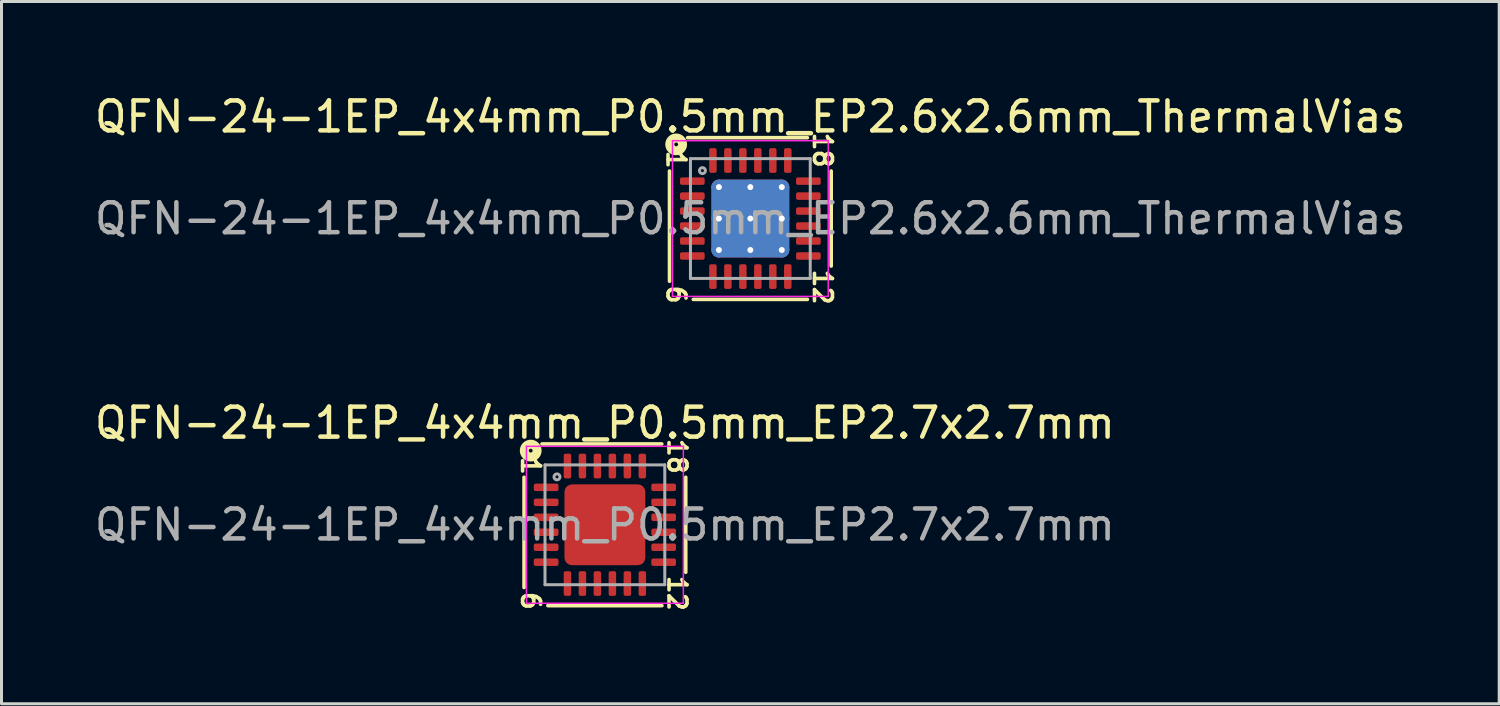
<source format=kicad_pcb>
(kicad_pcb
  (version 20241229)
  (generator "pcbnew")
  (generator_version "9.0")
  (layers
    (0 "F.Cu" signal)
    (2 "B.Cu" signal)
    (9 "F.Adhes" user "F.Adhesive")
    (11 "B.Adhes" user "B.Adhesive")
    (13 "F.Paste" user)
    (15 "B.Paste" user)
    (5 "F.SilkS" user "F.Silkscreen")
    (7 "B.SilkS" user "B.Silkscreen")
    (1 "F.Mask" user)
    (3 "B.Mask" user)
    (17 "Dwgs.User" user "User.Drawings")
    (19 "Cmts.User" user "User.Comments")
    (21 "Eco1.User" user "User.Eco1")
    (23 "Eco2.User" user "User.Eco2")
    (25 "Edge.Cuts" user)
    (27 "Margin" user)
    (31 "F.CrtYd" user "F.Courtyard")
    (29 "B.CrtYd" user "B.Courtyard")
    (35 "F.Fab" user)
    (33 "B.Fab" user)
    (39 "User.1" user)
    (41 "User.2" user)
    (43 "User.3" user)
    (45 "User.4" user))
  (footprint "QFN-24-1EP_4x4mm_P0.5mm_EP2.7x2.7mm"
    (layer "F.Cu")
    (at 17.149 14.474)
    (property "Reference" "QFN-24-1EP_4x4mm_P0.5mm_EP2.7x2.7mm" (at 0 -3.4 0) (layer "F.SilkS") (effects (font (size 1 1) (thickness 0.15))))
    (attr smd)
    (fp_line (start -2.7 -1.587) (end -2.7 2.095) (stroke (width 0.12) (type solid)) (layer "F.SilkS"))
    (fp_line (start -1.905 2.7) (end 1.905 2.7) (stroke (width 0.12) (type solid)) (layer "F.SilkS"))
    (fp_line (start 1.9 -2.7) (end -2.1 -2.7) (stroke (width 0.12) (type solid)) (layer "F.SilkS"))
    (fp_line (start 2.7 1.587) (end 2.7 -1.587) (stroke (width 0.12) (type solid)) (layer "F.SilkS"))
    (fp_circle (center -2.477 -2.477) (end -2.413 -2.477) (stroke (width 0.3) (type solid)) (fill no) (layer "F.SilkS"))
    (fp_line (start -2.62 -2.62) (end -2.62 2.62) (stroke (width 0.05) (type solid)) (layer "F.CrtYd"))
    (fp_line (start -2.62 2.62) (end 2.62 2.62) (stroke (width 0.05) (type solid)) (layer "F.CrtYd"))
    (fp_line (start 2.62 -2.62) (end -2.62 -2.62) (stroke (width 0.05) (type solid)) (layer "F.CrtYd"))
    (fp_line (start 2.62 2.62) (end 2.62 -2.62) (stroke (width 0.05) (type solid)) (layer "F.CrtYd"))
    (fp_line (start -2 -2) (end 2 -2) (stroke (width 0.1) (type solid)) (layer "F.Fab"))
    (fp_line (start -2 2) (end -2 -2) (stroke (width 0.1) (type solid)) (layer "F.Fab"))
    (fp_line (start 2 -2) (end 2 2) (stroke (width 0.1) (type solid)) (layer "F.Fab"))
    (fp_line (start 2 2) (end -2 2) (stroke (width 0.1) (type solid)) (layer "F.Fab"))
    (fp_circle (center -1.6 -1.6) (end -1.5 -1.6) (stroke (width 0.1) (type solid)) (fill no) (layer "F.Fab"))
    (fp_text user "18" (at 2.413 -2.286 270) (unlocked yes) (layer "F.SilkS") (effects (font (size 0.6 0.6) (thickness 0.12))))
    (fp_text user "1" (at -2.477 -1.968 270) (unlocked yes) (layer "F.SilkS") (effects (font (size 0.6 0.6) (thickness 0.12))))
    (fp_text user "6" (at -2.477 2.54 270) (unlocked yes) (layer "F.SilkS") (effects (font (size 0.6 0.6) (thickness 0.12))))
    (fp_text user "12" (at 2.413 2.286 270) (unlocked yes) (layer "F.SilkS") (effects (font (size 0.6 0.6) (thickness 0.12))))
    (fp_text user "${REFERENCE}" (at 0 0 0) (layer "F.Fab") (effects (font (size 1 1) (thickness 0.15))))
    (pad "" smd roundrect (at -0.675 -0.675) (size 1.09 1.09) (layers "F.Paste") (roundrect_rratio 0.229))
    (pad "" smd roundrect (at -0.675 0.675) (size 1.09 1.09) (layers "F.Paste") (roundrect_rratio 0.229))
    (pad "" smd roundrect (at 0.675 -0.675) (size 1.09 1.09) (layers "F.Paste") (roundrect_rratio 0.229))
    (pad "" smd roundrect (at 0.675 0.675) (size 1.09 1.09) (layers "F.Paste") (roundrect_rratio 0.229))
    (pad "1" smd roundrect (at -1.962 -1.25) (size 0.825 0.25) (layers "F.Cu" "F.Mask" "F.Paste") (roundrect_rratio 0.25))
    (pad "2" smd roundrect (at -1.962 -0.75) (size 0.825 0.25) (layers "F.Cu" "F.Mask" "F.Paste") (roundrect_rratio 0.25))
    (pad "3" smd roundrect (at -1.962 -0.25) (size 0.825 0.25) (layers "F.Cu" "F.Mask" "F.Paste") (roundrect_rratio 0.25))
    (pad "4" smd roundrect (at -1.962 0.25) (size 0.825 0.25) (layers "F.Cu" "F.Mask" "F.Paste") (roundrect_rratio 0.25))
    (pad "5" smd roundrect (at -1.962 0.75) (size 0.825 0.25) (layers "F.Cu" "F.Mask" "F.Paste") (roundrect_rratio 0.25))
    (pad "6" smd roundrect (at -1.962 1.25) (size 0.825 0.25) (layers "F.Cu" "F.Mask" "F.Paste") (roundrect_rratio 0.25))
    (pad "7" smd roundrect (at -1.25 1.962) (size 0.25 0.825) (layers "F.Cu" "F.Mask" "F.Paste") (roundrect_rratio 0.25))
    (pad "8" smd roundrect (at -0.75 1.962) (size 0.25 0.825) (layers "F.Cu" "F.Mask" "F.Paste") (roundrect_rratio 0.25))
    (pad "9" smd roundrect (at -0.25 1.962) (size 0.25 0.825) (layers "F.Cu" "F.Mask" "F.Paste") (roundrect_rratio 0.25))
    (pad "10" smd roundrect (at 0.25 1.962) (size 0.25 0.825) (layers "F.Cu" "F.Mask" "F.Paste") (roundrect_rratio 0.25))
    (pad "11" smd roundrect (at 0.75 1.962) (size 0.25 0.825) (layers "F.Cu" "F.Mask" "F.Paste") (roundrect_rratio 0.25))
    (pad "12" smd roundrect (at 1.25 1.962) (size 0.25 0.825) (layers "F.Cu" "F.Mask" "F.Paste") (roundrect_rratio 0.25))
    (pad "13" smd roundrect (at 1.962 1.25) (size 0.825 0.25) (layers "F.Cu" "F.Mask" "F.Paste") (roundrect_rratio 0.25))
    (pad "14" smd roundrect (at 1.962 0.75) (size 0.825 0.25) (layers "F.Cu" "F.Mask" "F.Paste") (roundrect_rratio 0.25))
    (pad "15" smd roundrect (at 1.962 0.25) (size 0.825 0.25) (layers "F.Cu" "F.Mask" "F.Paste") (roundrect_rratio 0.25))
    (pad "16" smd roundrect (at 1.962 -0.25) (size 0.825 0.25) (layers "F.Cu" "F.Mask" "F.Paste") (roundrect_rratio 0.25))
    (pad "17" smd roundrect (at 1.962 -0.75) (size 0.825 0.25) (layers "F.Cu" "F.Mask" "F.Paste") (roundrect_rratio 0.25))
    (pad "18" smd roundrect (at 1.962 -1.25) (size 0.825 0.25) (layers "F.Cu" "F.Mask" "F.Paste") (roundrect_rratio 0.25))
    (pad "19" smd roundrect (at 1.25 -1.962) (size 0.25 0.825) (layers "F.Cu" "F.Mask" "F.Paste") (roundrect_rratio 0.25))
    (pad "20" smd roundrect (at 0.75 -1.962) (size 0.25 0.825) (layers "F.Cu" "F.Mask" "F.Paste") (roundrect_rratio 0.25))
    (pad "21" smd roundrect (at 0.25 -1.962) (size 0.25 0.825) (layers "F.Cu" "F.Mask" "F.Paste") (roundrect_rratio 0.25))
    (pad "22" smd roundrect (at -0.25 -1.962) (size 0.25 0.825) (layers "F.Cu" "F.Mask" "F.Paste") (roundrect_rratio 0.25))
    (pad "23" smd roundrect (at -0.75 -1.962) (size 0.25 0.825) (layers "F.Cu" "F.Mask" "F.Paste") (roundrect_rratio 0.25))
    (pad "24" smd roundrect (at -1.25 -1.962) (size 0.25 0.825) (layers "F.Cu" "F.Mask" "F.Paste") (roundrect_rratio 0.25))
    (pad "25" smd roundrect (at 0 0) (size 2.7 2.7) (layers "F.Cu" "F.Mask") (roundrect_rratio 0.093)))
  (footprint "QFN-24-1EP_4x4mm_P0.5mm_EP2.6x2.6mm_ThermalVias"
    (layer "F.Cu")
    (at 22.006 4.248)
    (property "Reference" "QFN-24-1EP_4x4mm_P0.5mm_EP2.6x2.6mm_ThermalVias" (at 0 -3.4 0) (layer "F.SilkS") (effects (font (size 1 1) (thickness 0.15))))
    (attr smd)
    (fp_line (start -2.7 -1.587) (end -2.7 2.095) (stroke (width 0.12) (type solid)) (layer "F.SilkS"))
    (fp_line (start -1.905 2.7) (end 1.905 2.7) (stroke (width 0.12) (type solid)) (layer "F.SilkS"))
    (fp_line (start 1.905 -2.7) (end -2.095 -2.7) (stroke (width 0.12) (type solid)) (layer "F.SilkS"))
    (fp_line (start 2.7 1.587) (end 2.7 -1.587) (stroke (width 0.12) (type solid)) (layer "F.SilkS"))
    (fp_circle (center -2.477 -2.477) (end -2.413 -2.477) (stroke (width 0.3) (type solid)) (fill no) (layer "F.SilkS"))
    (fp_line (start -2.6 -2.6) (end -2.6 2.6) (stroke (width 0.05) (type solid)) (layer "F.CrtYd"))
    (fp_line (start -2.6 2.6) (end 2.6 2.6) (stroke (width 0.05) (type solid)) (layer "F.CrtYd"))
    (fp_line (start 2.6 -2.6) (end -2.6 -2.6) (stroke (width 0.05) (type solid)) (layer "F.CrtYd"))
    (fp_line (start 2.6 2.6) (end 2.6 -2.6) (stroke (width 0.05) (type solid)) (layer "F.CrtYd"))
    (fp_line (start -2 -2) (end 2 -2) (stroke (width 0.1) (type solid)) (layer "F.Fab"))
    (fp_line (start -2 2) (end -2 -2) (stroke (width 0.1) (type solid)) (layer "F.Fab"))
    (fp_line (start 2 -2) (end 2 2) (stroke (width 0.1) (type solid)) (layer "F.Fab"))
    (fp_line (start 2 2) (end -2 2) (stroke (width 0.1) (type solid)) (layer "F.Fab"))
    (fp_circle (center -1.6 -1.6) (end -1.5 -1.6) (stroke (width 0.1) (type solid)) (fill no) (layer "F.Fab"))
    (fp_text user "18" (at 2.413 -2.286 270) (unlocked yes) (layer "F.SilkS") (effects (font (size 0.6 0.6) (thickness 0.12))))
    (fp_text user "12" (at 2.413 2.286 270) (unlocked yes) (layer "F.SilkS") (effects (font (size 0.6 0.6) (thickness 0.12))))
    (fp_text user "1" (at -2.477 -1.968 270) (unlocked yes) (layer "F.SilkS") (effects (font (size 0.6 0.6) (thickness 0.12))))
    (fp_text user "6" (at -2.477 2.54 270) (unlocked yes) (layer "F.SilkS") (effects (font (size 0.6 0.6) (thickness 0.12))))
    (fp_text user "${REFERENCE}" (at 0 0 0) (layer "F.Fab") (effects (font (size 1 1) (thickness 0.15))))
    (pad "" smd roundrect (at -0.65 -0.65) (size 1.13 1.13) (layers "F.Paste") (roundrect_rratio 0.221))
    (pad "" smd roundrect (at -0.65 0.65) (size 1.13 1.13) (layers "F.Paste") (roundrect_rratio 0.221))
    (pad "" smd roundrect (at 0.65 -0.65) (size 1.13 1.13) (layers "F.Paste") (roundrect_rratio 0.221))
    (pad "" smd roundrect (at 0.65 0.65) (size 1.13 1.13) (layers "F.Paste") (roundrect_rratio 0.221))
    (pad "1" smd roundrect (at -1.938 -1.25) (size 0.825 0.25) (layers "F.Cu" "F.Mask" "F.Paste") (roundrect_rratio 0.25))
    (pad "2" smd roundrect (at -1.938 -0.75) (size 0.825 0.25) (layers "F.Cu" "F.Mask" "F.Paste") (roundrect_rratio 0.25))
    (pad "3" smd roundrect (at -1.938 -0.25) (size 0.825 0.25) (layers "F.Cu" "F.Mask" "F.Paste") (roundrect_rratio 0.25))
    (pad "4" smd roundrect (at -1.938 0.25) (size 0.825 0.25) (layers "F.Cu" "F.Mask" "F.Paste") (roundrect_rratio 0.25))
    (pad "5" smd roundrect (at -1.938 0.75) (size 0.825 0.25) (layers "F.Cu" "F.Mask" "F.Paste") (roundrect_rratio 0.25))
    (pad "6" smd roundrect (at -1.938 1.25) (size 0.825 0.25) (layers "F.Cu" "F.Mask" "F.Paste") (roundrect_rratio 0.25))
    (pad "7" smd roundrect (at -1.25 1.938) (size 0.25 0.825) (layers "F.Cu" "F.Mask" "F.Paste") (roundrect_rratio 0.25))
    (pad "8" smd roundrect (at -0.75 1.938) (size 0.25 0.825) (layers "F.Cu" "F.Mask" "F.Paste") (roundrect_rratio 0.25))
    (pad "9" smd roundrect (at -0.25 1.938) (size 0.25 0.825) (layers "F.Cu" "F.Mask" "F.Paste") (roundrect_rratio 0.25))
    (pad "10" smd roundrect (at 0.25 1.938) (size 0.25 0.825) (layers "F.Cu" "F.Mask" "F.Paste") (roundrect_rratio 0.25))
    (pad "11" smd roundrect (at 0.75 1.938) (size 0.25 0.825) (layers "F.Cu" "F.Mask" "F.Paste") (roundrect_rratio 0.25))
    (pad "12" smd roundrect (at 1.25 1.938) (size 0.25 0.825) (layers "F.Cu" "F.Mask" "F.Paste") (roundrect_rratio 0.25))
    (pad "13" smd roundrect (at 1.938 1.25) (size 0.825 0.25) (layers "F.Cu" "F.Mask" "F.Paste") (roundrect_rratio 0.25))
    (pad "14" smd roundrect (at 1.938 0.75) (size 0.825 0.25) (layers "F.Cu" "F.Mask" "F.Paste") (roundrect_rratio 0.25))
    (pad "15" smd roundrect (at 1.938 0.25) (size 0.825 0.25) (layers "F.Cu" "F.Mask" "F.Paste") (roundrect_rratio 0.25))
    (pad "16" smd roundrect (at 1.938 -0.25) (size 0.825 0.25) (layers "F.Cu" "F.Mask" "F.Paste") (roundrect_rratio 0.25))
    (pad "17" smd roundrect (at 1.938 -0.75) (size 0.825 0.25) (layers "F.Cu" "F.Mask" "F.Paste") (roundrect_rratio 0.25))
    (pad "18" smd roundrect (at 1.938 -1.25) (size 0.825 0.25) (layers "F.Cu" "F.Mask" "F.Paste") (roundrect_rratio 0.25))
    (pad "19" smd roundrect (at 1.25 -1.938) (size 0.25 0.825) (layers "F.Cu" "F.Mask" "F.Paste") (roundrect_rratio 0.25))
    (pad "20" smd roundrect (at 0.75 -1.938) (size 0.25 0.825) (layers "F.Cu" "F.Mask" "F.Paste") (roundrect_rratio 0.25))
    (pad "21" smd roundrect (at 0.25 -1.938) (size 0.25 0.825) (layers "F.Cu" "F.Mask" "F.Paste") (roundrect_rratio 0.25))
    (pad "22" smd roundrect (at -0.25 -1.938) (size 0.25 0.825) (layers "F.Cu" "F.Mask" "F.Paste") (roundrect_rratio 0.25))
    (pad "23" smd roundrect (at -0.75 -1.938) (size 0.25 0.825) (layers "F.Cu" "F.Mask" "F.Paste") (roundrect_rratio 0.25))
    (pad "24" smd roundrect (at -1.25 -1.938) (size 0.25 0.825) (layers "F.Cu" "F.Mask" "F.Paste") (roundrect_rratio 0.25))
    (pad "25" thru_hole circle (at -1.05 -1.05) (size 0.5 0.5) (drill 0.2) (property pad_prop_heatsink) (layers "*.Cu"))
    (pad "25" thru_hole circle (at -1.05 0) (size 0.5 0.5) (drill 0.2) (property pad_prop_heatsink) (layers "*.Cu"))
    (pad "25" thru_hole circle (at -1.05 1.05) (size 0.5 0.5) (drill 0.2) (property pad_prop_heatsink) (layers "*.Cu"))
    (pad "25" thru_hole circle (at 0 -1.05) (size 0.5 0.5) (drill 0.2) (property pad_prop_heatsink) (layers "*.Cu"))
    (pad "25" thru_hole circle (at 0 0) (size 0.5 0.5) (drill 0.2) (property pad_prop_heatsink) (layers "*.Cu"))
    (pad "25" smd roundrect (at 0 0) (size 2.6 2.6) (layers "F.Cu" "F.Mask") (roundrect_rratio 0.096))
    (pad "25" smd roundrect (at 0 0) (size 2.6 2.6) (layers "B.Cu" "B.Mask") (roundrect_rratio 0.096))
    (pad "25" thru_hole circle (at 0 1.05) (size 0.5 0.5) (drill 0.2) (property pad_prop_heatsink) (layers "*.Cu"))
    (pad "25" thru_hole circle (at 1.05 -1.05) (size 0.5 0.5) (drill 0.2) (property pad_prop_heatsink) (layers "*.Cu"))
    (pad "25" thru_hole circle (at 1.05 0) (size 0.5 0.5) (drill 0.2) (property pad_prop_heatsink) (layers "*.Cu"))
    (pad "25" thru_hole circle (at 1.05 1.05) (size 0.5 0.5) (drill 0.2) (property pad_prop_heatsink) (layers "*.Cu")))
  (gr_rect
    (start -3 -3)
    (end 47.012 20.451)
    (stroke (width 0.1) (type default))
    (fill no)
    (layer "Edge.Cuts")))
</source>
